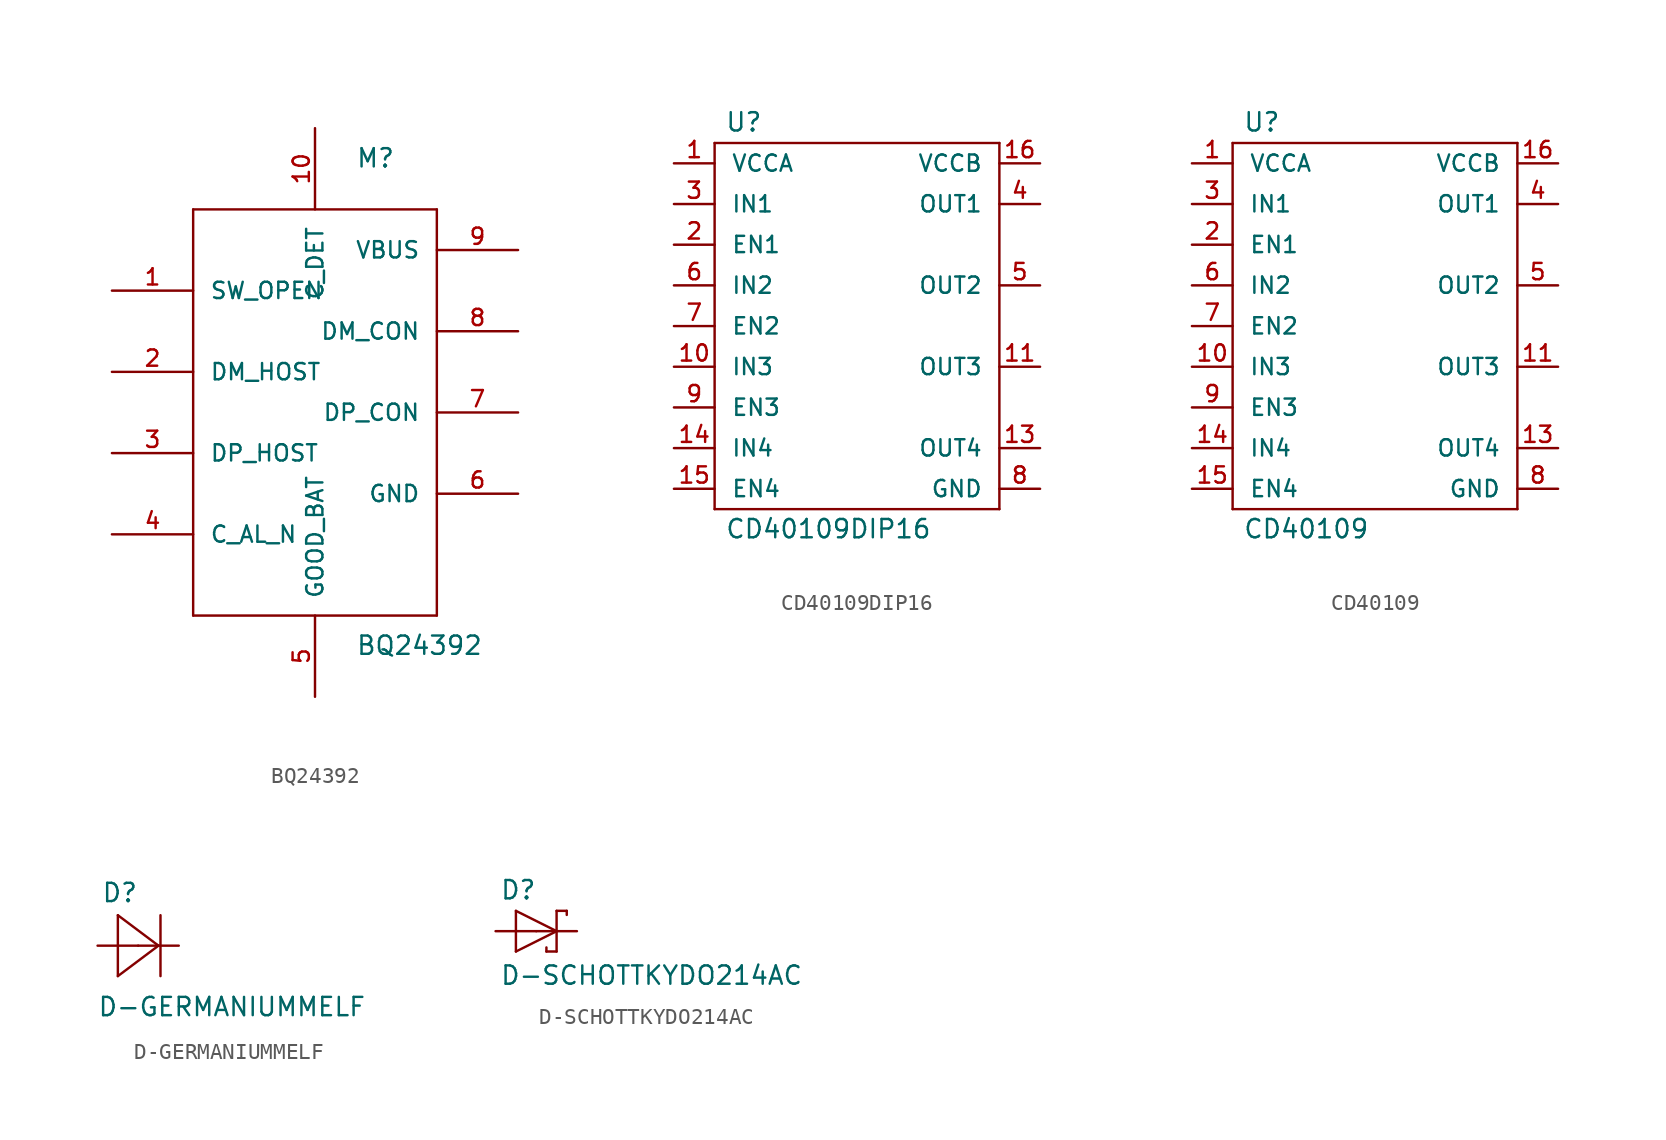
<source format=kicad_sym>
(kicad_symbol_lib
  (version 20220914)
  (generator kicad_symbol_editor)
  (symbol "BQ24392"
    (pin_names
      (offset 1.016))
    (property "Reference" "M"
      (at 2.54 17.78 0)
      (effects (font (size 1.143 1.143)) (justify left bottom)))
    (property "Value" "BQ24392"
      (at 2.54 -12.7 0)
      (effects (font (size 1.143 1.143)) (justify left bottom)))
    (property "ki_locked" ""
      (at 0 0 0)
      (effects (font (size 1.27 1.27))))
    (symbol "BQ24392_1_0"
      (polyline (pts (xy -7.62 -10.16) (xy 7.62 -10.16)) (stroke (width 0) (type solid)) (fill (type none)))
      (polyline (pts (xy -7.62 15.24) (xy -7.62 -10.16)) (stroke (width 0) (type solid)) (fill (type none)))
      (polyline (pts (xy 7.62 -10.16) (xy 7.62 15.24)) (stroke (width 0) (type solid)) (fill (type none)))
      (polyline (pts (xy 7.62 15.24) (xy -7.62 15.24)) (stroke (width 0) (type solid)) (fill (type none))))
    (symbol "BQ24392_1_1"
      (pin passive line (at -12.7 10.16 0) (length 5.08) (name "SW_OPEN" (effects (font (size 1.016 1.016)))) (number "1" (effects (font (size 1.016 1.016)))))
      (pin passive line (at 0 20.32 270) (length 5.08) (name "C_DET" (effects (font (size 1.016 1.016)))) (number "10" (effects (font (size 1.016 1.016)))))
      (pin passive line (at -12.7 5.08 0) (length 5.08) (name "DM_HOST" (effects (font (size 1.016 1.016)))) (number "2" (effects (font (size 1.016 1.016)))))
      (pin passive line (at -12.7 0 0) (length 5.08) (name "DP_HOST" (effects (font (size 1.016 1.016)))) (number "3" (effects (font (size 1.016 1.016)))))
      (pin passive line (at -12.7 -5.08 0) (length 5.08) (name "C_AL_N" (effects (font (size 1.016 1.016)))) (number "4" (effects (font (size 1.016 1.016)))))
      (pin passive line (at 0 -15.24 90) (length 5.08) (name "GOOD_BAT" (effects (font (size 1.016 1.016)))) (number "5" (effects (font (size 1.016 1.016)))))
      (pin power_in line (at 12.7 -2.54 180) (length 5.08) (name "GND" (effects (font (size 1.016 1.016)))) (number "6" (effects (font (size 1.016 1.016)))))
      (pin passive line (at 12.7 2.54 180) (length 5.08) (name "DP_CON" (effects (font (size 1.016 1.016)))) (number "7" (effects (font (size 1.016 1.016)))))
      (pin passive line (at 12.7 7.62 180) (length 5.08) (name "DM_CON" (effects (font (size 1.016 1.016)))) (number "8" (effects (font (size 1.016 1.016)))))
      (pin power_in line (at 12.7 12.7 180) (length 5.08) (name "VBUS" (effects (font (size 1.016 1.016)))) (number "9" (effects (font (size 1.016 1.016)))))))
  (symbol "CD40109DIP16"
    (pin_names
      (offset 1.016))
    (property "Reference" "U"
      (at -8.255 12.065 0)
      (effects (font (size 1.143 1.143)) (justify left bottom)))
    (property "Value" "CD40109DIP16"
      (at -8.255 -13.335 0)
      (effects (font (size 1.143 1.143)) (justify left bottom)))
    (property "ki_locked" ""
      (at 0 0 0)
      (effects (font (size 1.27 1.27))))
    (symbol "CD40109DIP16_1_0"
      (polyline (pts (xy -8.89 -11.43) (xy -8.89 11.43)) (stroke (width 0) (type solid)) (fill (type none)))
      (polyline (pts (xy -8.89 11.43) (xy 8.89 11.43)) (stroke (width 0) (type solid)) (fill (type none)))
      (polyline (pts (xy 8.89 -11.43) (xy -8.89 -11.43)) (stroke (width 0) (type solid)) (fill (type none)))
      (polyline (pts (xy 8.89 11.43) (xy 8.89 -11.43)) (stroke (width 0) (type solid)) (fill (type none))))
    (symbol "CD40109DIP16_1_1"
      (pin bidirectional line (at -11.43 10.16 0) (length 2.54) (name "VCCA" (effects (font (size 1.016 1.016)))) (number "1" (effects (font (size 1.016 1.016)))))
      (pin bidirectional line (at -11.43 -2.54 0) (length 2.54) (name "IN3" (effects (font (size 1.016 1.016)))) (number "10" (effects (font (size 1.016 1.016)))))
      (pin bidirectional line (at 11.43 -2.54 180) (length 2.54) (name "OUT3" (effects (font (size 1.016 1.016)))) (number "11" (effects (font (size 1.016 1.016)))))
      (pin bidirectional line (at 11.43 -7.62 180) (length 2.54) (name "OUT4" (effects (font (size 1.016 1.016)))) (number "13" (effects (font (size 1.016 1.016)))))
      (pin bidirectional line (at -11.43 -7.62 0) (length 2.54) (name "IN4" (effects (font (size 1.016 1.016)))) (number "14" (effects (font (size 1.016 1.016)))))
      (pin bidirectional line (at -11.43 -10.16 0) (length 2.54) (name "EN4" (effects (font (size 1.016 1.016)))) (number "15" (effects (font (size 1.016 1.016)))))
      (pin bidirectional line (at 11.43 10.16 180) (length 2.54) (name "VCCB" (effects (font (size 1.016 1.016)))) (number "16" (effects (font (size 1.016 1.016)))))
      (pin bidirectional line (at -11.43 5.08 0) (length 2.54) (name "EN1" (effects (font (size 1.016 1.016)))) (number "2" (effects (font (size 1.016 1.016)))))
      (pin bidirectional line (at -11.43 7.62 0) (length 2.54) (name "IN1" (effects (font (size 1.016 1.016)))) (number "3" (effects (font (size 1.016 1.016)))))
      (pin bidirectional line (at 11.43 7.62 180) (length 2.54) (name "OUT1" (effects (font (size 1.016 1.016)))) (number "4" (effects (font (size 1.016 1.016)))))
      (pin bidirectional line (at 11.43 2.54 180) (length 2.54) (name "OUT2" (effects (font (size 1.016 1.016)))) (number "5" (effects (font (size 1.016 1.016)))))
      (pin bidirectional line (at -11.43 2.54 0) (length 2.54) (name "IN2" (effects (font (size 1.016 1.016)))) (number "6" (effects (font (size 1.016 1.016)))))
      (pin bidirectional line (at -11.43 0 0) (length 2.54) (name "EN2" (effects (font (size 1.016 1.016)))) (number "7" (effects (font (size 1.016 1.016)))))
      (pin bidirectional line (at 11.43 -10.16 180) (length 2.54) (name "GND" (effects (font (size 1.016 1.016)))) (number "8" (effects (font (size 1.016 1.016)))))
      (pin bidirectional line (at -11.43 -5.08 0) (length 2.54) (name "EN3" (effects (font (size 1.016 1.016)))) (number "9" (effects (font (size 1.016 1.016)))))))
  (symbol "CD40109"
    (pin_names
      (offset 1.016))
    (property "Reference" "U"
      (at -8.255 12.065 0)
      (effects (font (size 1.143 1.143)) (justify left bottom)))
    (property "Value" "CD40109"
      (at -8.255 -13.335 0)
      (effects (font (size 1.143 1.143)) (justify left bottom)))
    (property "ki_locked" ""
      (at 0 0 0)
      (effects (font (size 1.27 1.27))))
    (symbol "CD40109_1_0"
      (polyline (pts (xy -8.89 -11.43) (xy -8.89 11.43)) (stroke (width 0) (type solid)) (fill (type none)))
      (polyline (pts (xy -8.89 11.43) (xy 8.89 11.43)) (stroke (width 0) (type solid)) (fill (type none)))
      (polyline (pts (xy 8.89 -11.43) (xy -8.89 -11.43)) (stroke (width 0) (type solid)) (fill (type none)))
      (polyline (pts (xy 8.89 11.43) (xy 8.89 -11.43)) (stroke (width 0) (type solid)) (fill (type none))))
    (symbol "CD40109_1_1"
      (pin bidirectional line (at -11.43 10.16 0) (length 2.54) (name "VCCA" (effects (font (size 1.016 1.016)))) (number "1" (effects (font (size 1.016 1.016)))))
      (pin bidirectional line (at -11.43 -2.54 0) (length 2.54) (name "IN3" (effects (font (size 1.016 1.016)))) (number "10" (effects (font (size 1.016 1.016)))))
      (pin bidirectional line (at 11.43 -2.54 180) (length 2.54) (name "OUT3" (effects (font (size 1.016 1.016)))) (number "11" (effects (font (size 1.016 1.016)))))
      (pin bidirectional line (at 11.43 -7.62 180) (length 2.54) (name "OUT4" (effects (font (size 1.016 1.016)))) (number "13" (effects (font (size 1.016 1.016)))))
      (pin bidirectional line (at -11.43 -7.62 0) (length 2.54) (name "IN4" (effects (font (size 1.016 1.016)))) (number "14" (effects (font (size 1.016 1.016)))))
      (pin bidirectional line (at -11.43 -10.16 0) (length 2.54) (name "EN4" (effects (font (size 1.016 1.016)))) (number "15" (effects (font (size 1.016 1.016)))))
      (pin bidirectional line (at 11.43 10.16 180) (length 2.54) (name "VCCB" (effects (font (size 1.016 1.016)))) (number "16" (effects (font (size 1.016 1.016)))))
      (pin bidirectional line (at -11.43 5.08 0) (length 2.54) (name "EN1" (effects (font (size 1.016 1.016)))) (number "2" (effects (font (size 1.016 1.016)))))
      (pin bidirectional line (at -11.43 7.62 0) (length 2.54) (name "IN1" (effects (font (size 1.016 1.016)))) (number "3" (effects (font (size 1.016 1.016)))))
      (pin bidirectional line (at 11.43 7.62 180) (length 2.54) (name "OUT1" (effects (font (size 1.016 1.016)))) (number "4" (effects (font (size 1.016 1.016)))))
      (pin bidirectional line (at 11.43 2.54 180) (length 2.54) (name "OUT2" (effects (font (size 1.016 1.016)))) (number "5" (effects (font (size 1.016 1.016)))))
      (pin bidirectional line (at -11.43 2.54 0) (length 2.54) (name "IN2" (effects (font (size 1.016 1.016)))) (number "6" (effects (font (size 1.016 1.016)))))
      (pin bidirectional line (at -11.43 0 0) (length 2.54) (name "EN2" (effects (font (size 1.016 1.016)))) (number "7" (effects (font (size 1.016 1.016)))))
      (pin bidirectional line (at 11.43 -10.16 180) (length 2.54) (name "GND" (effects (font (size 1.016 1.016)))) (number "8" (effects (font (size 1.016 1.016)))))
      (pin bidirectional line (at -11.43 -5.08 0) (length 2.54) (name "EN3" (effects (font (size 1.016 1.016)))) (number "9" (effects (font (size 1.016 1.016)))))))
  (symbol "D-GERMANIUMMELF"
    (pin_numbers hide)
    (pin_names
      (offset 1.016) hide)
    (property "Reference" "D"
      (at -2.311 2.642 0)
      (effects (font (size 1.143 1.143)) (justify left bottom)))
    (property "Value" "D-GERMANIUMMELF"
      (at -2.565 -4.496 0)
      (effects (font (size 1.143 1.143)) (justify left bottom)))
    (property "ki_locked" ""
      (at 0 0 0)
      (effects (font (size 1.27 1.27))))
    (symbol "D-GERMANIUMMELF_1_0"
      (polyline (pts (xy -1.27 -1.905) (xy 1.27 0)) (stroke (width 0) (type solid)) (fill (type none)))
      (polyline (pts (xy -1.27 1.905) (xy -1.27 -1.905)) (stroke (width 0) (type solid)) (fill (type none)))
      (polyline (pts (xy 1.27 0) (xy -1.27 1.905)) (stroke (width 0) (type solid)) (fill (type none)))
      (polyline (pts (xy 1.397 1.905) (xy 1.397 -1.905)) (stroke (width 0) (type solid)) (fill (type none))))
    (symbol "D-GERMANIUMMELF_1_1"
      (pin passive line (at 2.54 0 180) (length 2.54) (name "C" (effects (font (size 1.016 1.016)))) (number "1" (effects (font (size 1.016 1.016)))))
      (pin passive line (at -2.54 0 0) (length 2.54) (name "A" (effects (font (size 1.016 1.016)))) (number "2" (effects (font (size 1.016 1.016)))))))
  (symbol "D-SCHOTTKYDO214AC"
    (pin_numbers hide)
    (pin_names
      (offset 1.016) hide)
    (property "Reference" "D"
      (at -2.286 1.905 0)
      (effects (font (size 1.143 1.143)) (justify left bottom)))
    (property "Value" "D-SCHOTTKYDO214AC"
      (at -2.286 -3.429 0)
      (effects (font (size 1.143 1.143)) (justify left bottom)))
    (property "ki_locked" ""
      (at 0 0 0)
      (effects (font (size 1.27 1.27))))
    (symbol "D-SCHOTTKYDO214AC_1_0"
      (polyline (pts (xy -1.27 -1.27) (xy 1.27 0)) (stroke (width 0) (type solid)) (fill (type none)))
      (polyline (pts (xy -1.27 1.27) (xy -1.27 -1.27)) (stroke (width 0) (type solid)) (fill (type none)))
      (polyline (pts (xy 0.635 -1.016) (xy 0.635 -1.27)) (stroke (width 0) (type solid)) (fill (type none)))
      (polyline (pts (xy 1.27 -1.27) (xy 0.635 -1.27)) (stroke (width 0) (type solid)) (fill (type none)))
      (polyline (pts (xy 1.27 0) (xy -1.27 1.27)) (stroke (width 0) (type solid)) (fill (type none)))
      (polyline (pts (xy 1.27 0) (xy 1.27 -1.27)) (stroke (width 0) (type solid)) (fill (type none)))
      (polyline (pts (xy 1.27 1.27) (xy 1.27 0)) (stroke (width 0) (type solid)) (fill (type none)))
      (polyline (pts (xy 1.905 1.27) (xy 1.27 1.27)) (stroke (width 0) (type solid)) (fill (type none)))
      (polyline (pts (xy 1.905 1.27) (xy 1.905 1.016)) (stroke (width 0) (type solid)) (fill (type none))))
    (symbol "D-SCHOTTKYDO214AC_1_1"
      (pin passive line (at -2.54 0 0) (length 2.54) (name "A" (effects (font (size 1.016 1.016)))) (number "A" (effects (font (size 1.016 1.016)))))
      (pin passive line (at 2.54 0 180) (length 2.54) (name "C" (effects (font (size 1.016 1.016)))) (number "C" (effects (font (size 1.016 1.016))))))))
</source>
